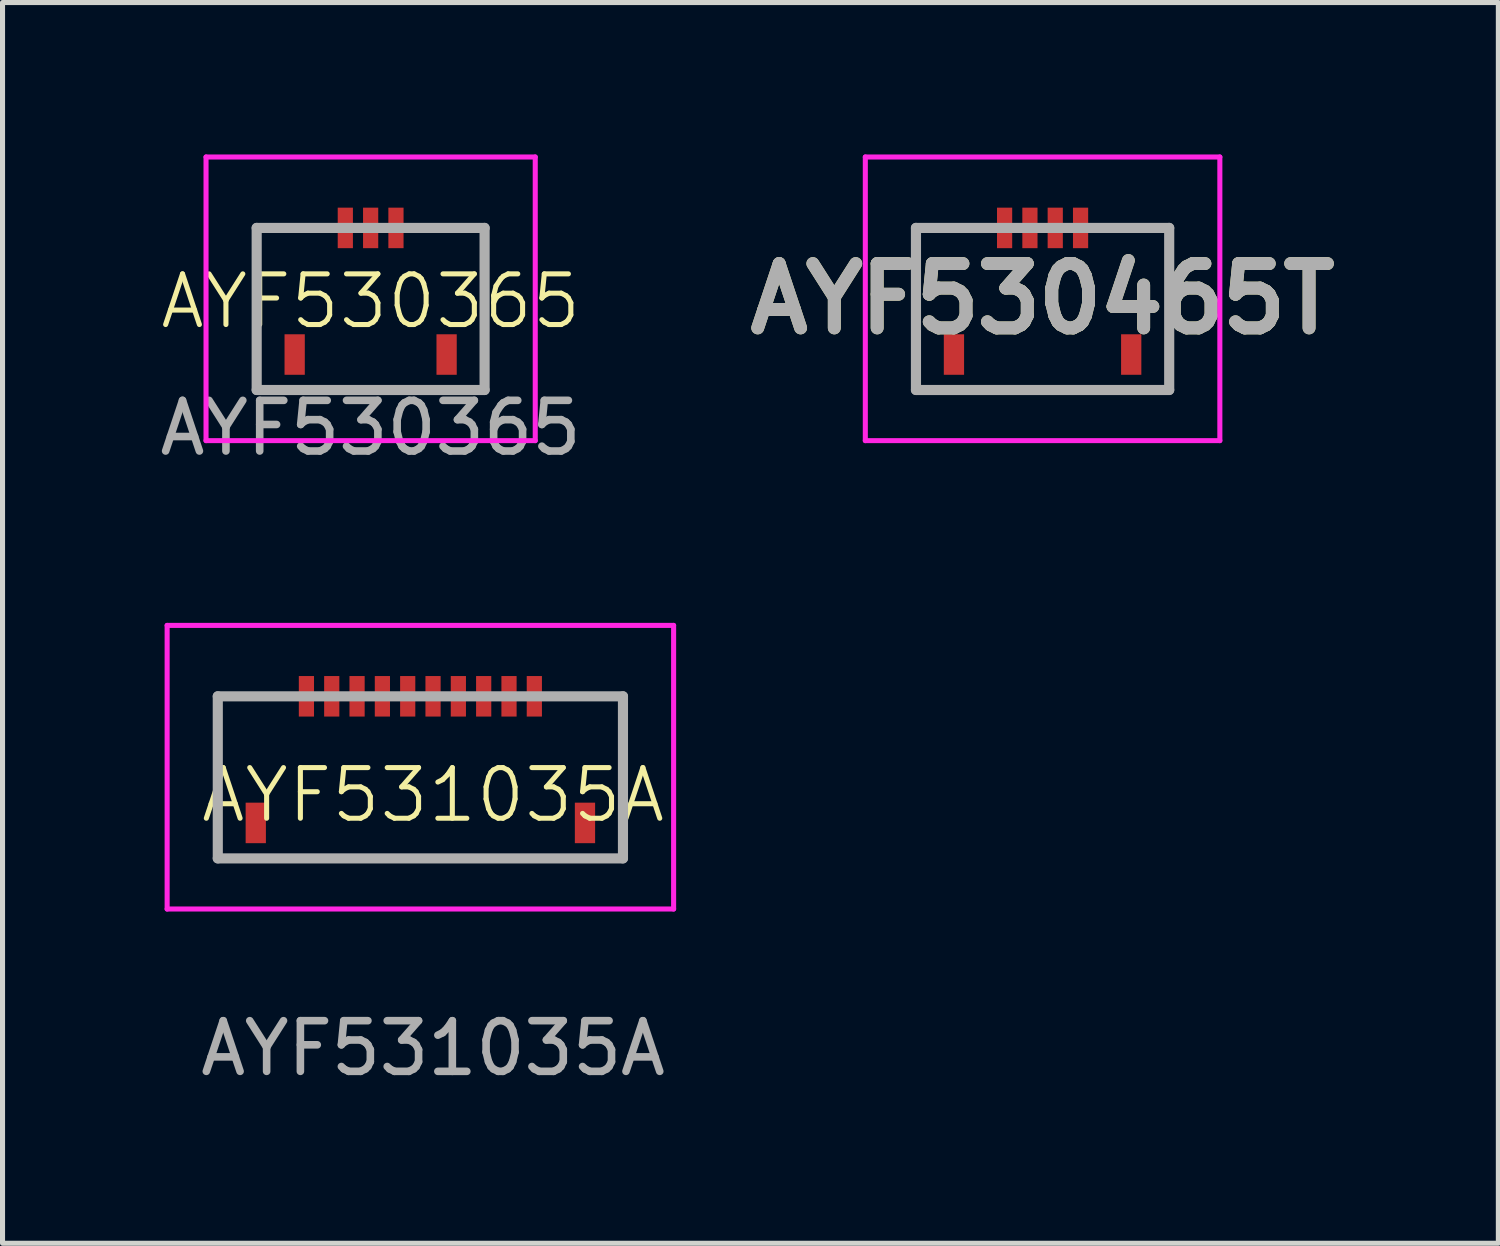
<source format=kicad_pcb>
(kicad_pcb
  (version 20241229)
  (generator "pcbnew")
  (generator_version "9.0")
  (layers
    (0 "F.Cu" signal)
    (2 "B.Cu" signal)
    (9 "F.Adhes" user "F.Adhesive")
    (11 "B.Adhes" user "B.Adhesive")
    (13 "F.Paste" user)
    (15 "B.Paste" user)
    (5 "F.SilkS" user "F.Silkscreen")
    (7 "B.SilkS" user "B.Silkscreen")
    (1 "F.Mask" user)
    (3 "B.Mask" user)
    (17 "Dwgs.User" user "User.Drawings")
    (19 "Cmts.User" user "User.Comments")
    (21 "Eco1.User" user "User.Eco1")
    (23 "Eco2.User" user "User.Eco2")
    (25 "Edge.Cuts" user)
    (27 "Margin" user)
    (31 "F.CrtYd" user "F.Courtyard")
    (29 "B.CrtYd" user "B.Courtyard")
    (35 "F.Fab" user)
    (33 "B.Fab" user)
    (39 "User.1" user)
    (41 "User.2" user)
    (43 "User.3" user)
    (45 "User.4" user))
  (footprint "AYF530465T"
    (layer "F.Cu")
    (at 17.535 3.05)
    (property "Reference" "AYF530465T" (at 0 -0.2 0) (layer "F.SilkS") (effects (font (size 1.27 1.27) (thickness 0.254))))
    (attr smd)
    (fp_line (start -2.5 -1.6) (end -2.5 1.6) (stroke (width 0.1) (type solid)) (layer "F.SilkS"))
    (fp_line (start -2.5 1.6) (end 2.5 1.6) (stroke (width 0.1) (type solid)) (layer "F.SilkS"))
    (fp_line (start -1.2 -1.6) (end -2.5 -1.6) (stroke (width 0.1) (type solid)) (layer "F.SilkS"))
    (fp_line (start 2.5 -1.6) (end 1.2 -1.6) (stroke (width 0.1) (type solid)) (layer "F.SilkS"))
    (fp_line (start 2.5 1.6) (end 2.5 -1.6) (stroke (width 0.1) (type solid)) (layer "F.SilkS"))
    (fp_line (start -3.5 -3) (end 3.5 -3) (stroke (width 0.1) (type solid)) (layer "F.CrtYd"))
    (fp_line (start -3.5 2.6) (end -3.5 -3) (stroke (width 0.1) (type solid)) (layer "F.CrtYd"))
    (fp_line (start 3.5 -3) (end 3.5 2.6) (stroke (width 0.1) (type solid)) (layer "F.CrtYd"))
    (fp_line (start 3.5 2.6) (end -3.5 2.6) (stroke (width 0.1) (type solid)) (layer "F.CrtYd"))
    (fp_line (start -2.5 -1.6) (end 2.5 -1.6) (stroke (width 0.2) (type solid)) (layer "F.Fab"))
    (fp_line (start -2.5 1.6) (end -2.5 -1.6) (stroke (width 0.2) (type solid)) (layer "F.Fab"))
    (fp_line (start 2.5 -1.6) (end 2.5 1.6) (stroke (width 0.2) (type solid)) (layer "F.Fab"))
    (fp_line (start 2.5 1.6) (end -2.5 1.6) (stroke (width 0.2) (type solid)) (layer "F.Fab"))
    (fp_text user "${REFERENCE}" (at 0 -0.2 0) (layer "F.Fab") (effects (font (size 1.27 1.27) (thickness 0.254))))
    (pad "1" smd rect (at -0.75 -1.6) (size 0.3 0.8) (layers "F.Cu" "F.Mask" "F.Paste"))
    (pad "2" smd rect (at -0.25 -1.6) (size 0.3 0.8) (layers "F.Cu" "F.Mask" "F.Paste"))
    (pad "3" smd rect (at 0.25 -1.6) (size 0.3 0.8) (layers "F.Cu" "F.Mask" "F.Paste"))
    (pad "4" smd rect (at 0.75 -1.6) (size 0.3 0.8) (layers "F.Cu" "F.Mask" "F.Paste"))
    (pad "MP1" smd rect (at -1.75 0.9) (size 0.4 0.8) (layers "F.Cu" "F.Mask" "F.Paste"))
    (pad "MP2" smd rect (at 1.75 0.9) (size 0.4 0.8) (layers "F.Cu" "F.Mask" "F.Paste")))
  (footprint "AYF530365"
    (layer "F.Cu")
    (at 4.268 2.9)
    (property "Reference" "AYF530365" (at 0 0 0) (unlocked yes) (layer "F.SilkS") (effects (font (size 1 1) (thickness 0.1))))
    (attr smd)
    (fp_line (start -2.25 -1.45) (end -2.25 1.75) (stroke (width 0.1) (type solid)) (layer "F.SilkS"))
    (fp_line (start -2.25 1.75) (end 2.25 1.75) (stroke (width 0.1) (type solid)) (layer "F.SilkS"))
    (fp_line (start -0.95 -1.45) (end -2.25 -1.45) (stroke (width 0.1) (type solid)) (layer "F.SilkS"))
    (fp_line (start 2.25 -1.45) (end 0.95 -1.45) (stroke (width 0.1) (type solid)) (layer "F.SilkS"))
    (fp_line (start 2.25 1.75) (end 2.25 -1.45) (stroke (width 0.1) (type solid)) (layer "F.SilkS"))
    (fp_line (start -3.25 -2.85) (end 3.25 -2.85) (stroke (width 0.1) (type solid)) (layer "F.CrtYd"))
    (fp_line (start -3.25 2.75) (end -3.25 -2.85) (stroke (width 0.1) (type solid)) (layer "F.CrtYd"))
    (fp_line (start 3.25 -2.85) (end 3.25 2.75) (stroke (width 0.1) (type solid)) (layer "F.CrtYd"))
    (fp_line (start 3.25 2.75) (end -3.25 2.75) (stroke (width 0.1) (type solid)) (layer "F.CrtYd"))
    (fp_line (start -2.25 -1.45) (end 2.25 -1.45) (stroke (width 0.2) (type solid)) (layer "F.Fab"))
    (fp_line (start -2.25 1.75) (end -2.25 -1.45) (stroke (width 0.2) (type solid)) (layer "F.Fab"))
    (fp_line (start 2.25 -1.45) (end 2.25 1.75) (stroke (width 0.2) (type solid)) (layer "F.Fab"))
    (fp_line (start 2.25 1.75) (end -2.25 1.75) (stroke (width 0.2) (type solid)) (layer "F.Fab"))
    (fp_text user "${REFERENCE}" (at 0 2.5 0) (unlocked yes) (layer "F.Fab") (effects (font (size 1 1) (thickness 0.15))))
    (pad "1" smd rect (at -0.5 -1.45) (size 0.3 0.8) (layers "F.Cu" "F.Mask" "F.Paste"))
    (pad "2" smd rect (at 0 -1.45) (size 0.3 0.8) (layers "F.Cu" "F.Mask" "F.Paste"))
    (pad "3" smd rect (at 0.5 -1.45) (size 0.3 0.8) (layers "F.Cu" "F.Mask" "F.Paste"))
    (pad "MP1" smd rect (at -1.5 1.05) (size 0.4 0.8) (layers "F.Cu" "F.Mask" "F.Paste"))
    (pad "MP2" smd rect (at 1.5 1.05) (size 0.4 0.8) (layers "F.Cu" "F.Mask" "F.Paste")))
  (footprint "AYF531035A"
    (layer "F.Cu")
    (at 0.25 14.898)
    (property "Reference" "AYF531035A" (at 5.25 -2.25 0) (unlocked yes) (layer "F.SilkS") (effects (font (size 1 1) (thickness 0.1))))
    (attr smd)
    (fp_line (start 1 -4.2) (end 1 -1) (stroke (width 0.1) (type solid)) (layer "F.SilkS"))
    (fp_line (start 1 -1) (end 9 -1) (stroke (width 0.1) (type solid)) (layer "F.SilkS"))
    (fp_line (start 2.3 -4.2) (end 1 -4.2) (stroke (width 0.1) (type solid)) (layer "F.SilkS"))
    (fp_line (start 9 -4.2) (end 7.7 -4.2) (stroke (width 0.1) (type solid)) (layer "F.SilkS"))
    (fp_line (start 9 -1) (end 9 -4.2) (stroke (width 0.1) (type solid)) (layer "F.SilkS"))
    (fp_line (start 0 -5.6) (end 10 -5.6) (stroke (width 0.1) (type solid)) (layer "F.CrtYd"))
    (fp_line (start 0 0) (end 0 -5.6) (stroke (width 0.1) (type solid)) (layer "F.CrtYd"))
    (fp_line (start 10 -5.6) (end 10 0) (stroke (width 0.1) (type solid)) (layer "F.CrtYd"))
    (fp_line (start 10 0) (end 0 0) (stroke (width 0.1) (type solid)) (layer "F.CrtYd"))
    (fp_line (start 1 -4.2) (end 9 -4.2) (stroke (width 0.2) (type solid)) (layer "F.Fab"))
    (fp_line (start 1 -1) (end 1 -4.2) (stroke (width 0.2) (type solid)) (layer "F.Fab"))
    (fp_line (start 9 -4.2) (end 9 -1) (stroke (width 0.2) (type solid)) (layer "F.Fab"))
    (fp_line (start 9 -1) (end 1 -1) (stroke (width 0.2) (type solid)) (layer "F.Fab"))
    (fp_text user "${REFERENCE}" (at 5.25 2.75 0) (unlocked yes) (layer "F.Fab") (effects (font (size 1 1) (thickness 0.15))))
    (pad "1" smd rect (at 2.75 -4.2) (size 0.3 0.8) (layers "F.Cu" "F.Mask" "F.Paste"))
    (pad "2" smd rect (at 3.25 -4.2) (size 0.3 0.8) (layers "F.Cu" "F.Mask" "F.Paste"))
    (pad "3" smd rect (at 3.75 -4.2) (size 0.3 0.8) (layers "F.Cu" "F.Mask" "F.Paste"))
    (pad "4" smd rect (at 4.25 -4.2) (size 0.3 0.8) (layers "F.Cu" "F.Mask" "F.Paste"))
    (pad "5" smd rect (at 4.75 -4.2) (size 0.3 0.8) (layers "F.Cu" "F.Mask" "F.Paste"))
    (pad "6" smd rect (at 5.25 -4.2) (size 0.3 0.8) (layers "F.Cu" "F.Mask" "F.Paste"))
    (pad "7" smd rect (at 5.75 -4.2) (size 0.3 0.8) (layers "F.Cu" "F.Mask" "F.Paste"))
    (pad "8" smd rect (at 6.25 -4.2) (size 0.3 0.8) (layers "F.Cu" "F.Mask" "F.Paste"))
    (pad "9" smd rect (at 6.75 -4.2) (size 0.3 0.8) (layers "F.Cu" "F.Mask" "F.Paste"))
    (pad "10" smd rect (at 7.25 -4.2) (size 0.3 0.8) (layers "F.Cu" "F.Mask" "F.Paste"))
    (pad "MP1" smd rect (at 1.75 -1.7) (size 0.4 0.8) (layers "F.Cu" "F.Mask" "F.Paste"))
    (pad "MP2" smd rect (at 8.25 -1.7) (size 0.4 0.8) (layers "F.Cu" "F.Mask" "F.Paste")))
  (gr_rect
    (start -3 -3)
    (end 26.534 21.497)
    (stroke (width 0.1) (type default))
    (fill no)
    (layer "Edge.Cuts")))
</source>
